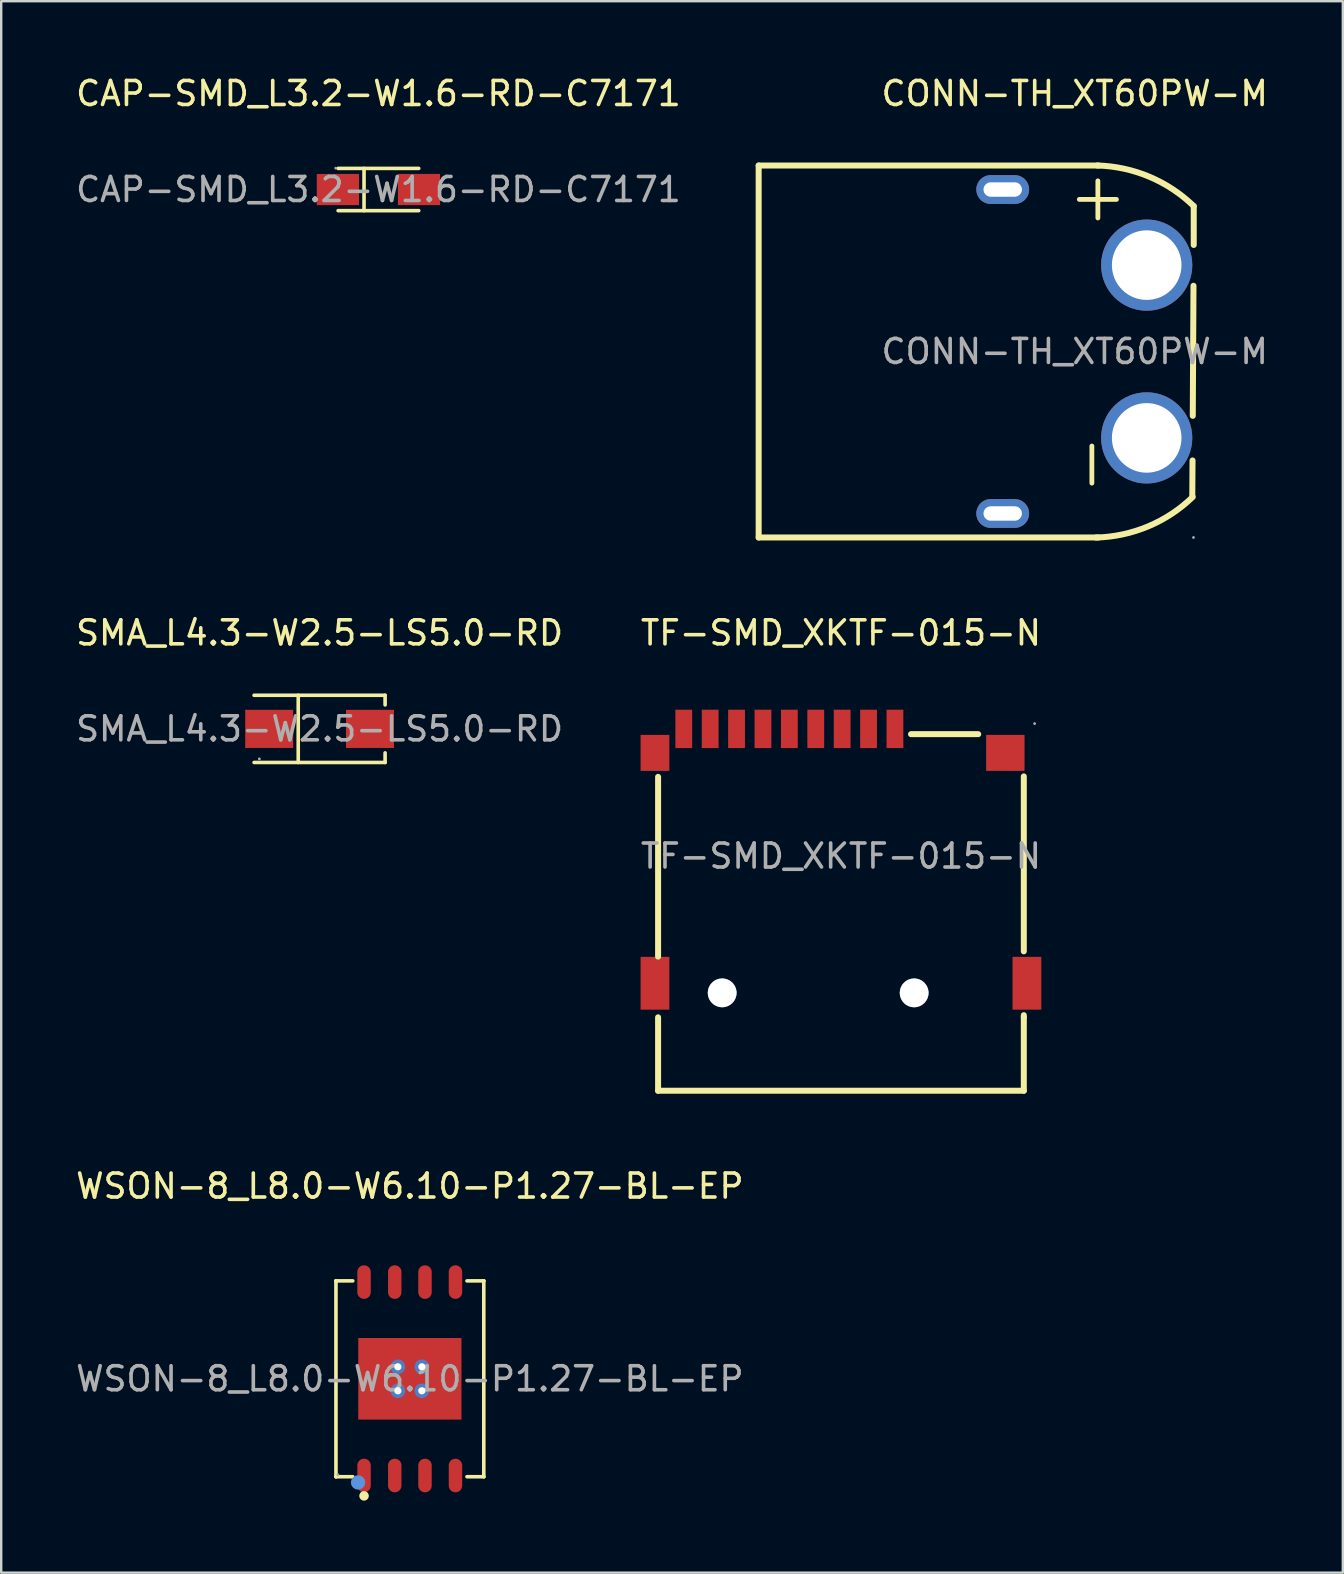
<source format=kicad_pcb>
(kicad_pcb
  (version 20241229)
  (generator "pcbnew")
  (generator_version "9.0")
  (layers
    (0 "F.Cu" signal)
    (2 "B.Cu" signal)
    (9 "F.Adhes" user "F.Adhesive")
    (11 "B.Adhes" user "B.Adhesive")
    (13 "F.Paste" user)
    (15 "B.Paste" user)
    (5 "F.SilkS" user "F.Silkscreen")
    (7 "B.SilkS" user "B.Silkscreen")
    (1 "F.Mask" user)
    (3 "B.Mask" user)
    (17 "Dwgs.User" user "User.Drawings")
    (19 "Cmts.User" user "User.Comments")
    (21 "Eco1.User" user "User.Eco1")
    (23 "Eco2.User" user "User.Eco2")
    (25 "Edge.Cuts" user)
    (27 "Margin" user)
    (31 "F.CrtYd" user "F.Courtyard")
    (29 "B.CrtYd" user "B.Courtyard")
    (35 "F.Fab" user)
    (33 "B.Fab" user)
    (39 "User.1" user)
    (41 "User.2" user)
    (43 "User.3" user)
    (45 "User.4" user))
  (footprint "TF-SMD_XKTF-015-N"
    (layer "F.Cu")
    (at 31.994 32.624)
    (property "Reference" "TF-SMD_XKTF-015-N" (at 0 -9.3 0) (layer "F.SilkS") (effects (font (size 1 1) (thickness 0.15))))
    (attr smd)
    (fp_line (start -7.62 -3.3) (end -7.62 4.19) (stroke (width 0.25) (type solid)) (layer "F.SilkS"))
    (fp_line (start -7.62 6.72) (end -7.62 9.78) (stroke (width 0.25) (type solid)) (layer "F.SilkS"))
    (fp_line (start -7.62 9.78) (end 7.62 9.78) (stroke (width 0.25) (type solid)) (layer "F.SilkS"))
    (fp_line (start 2.92 -5.08) (end 5.72 -5.08) (stroke (width 0.25) (type solid)) (layer "F.SilkS"))
    (fp_line (start 7.62 3.97) (end 7.62 -3.32) (stroke (width 0.25) (type solid)) (layer "F.SilkS"))
    (fp_line (start 7.62 6.72) (end 7.62 6.63) (stroke (width 0.25) (type solid)) (layer "F.SilkS"))
    (fp_line (start 7.62 9.78) (end 7.62 6.72) (stroke (width 0.25) (type solid)) (layer "F.SilkS"))
    (fp_circle (center -4.95 5.7) (end -4.75 5.7) (stroke (width 0.4) (type solid)) (fill no) (layer "Cmts.User"))
    (fp_circle (center 3.05 5.7) (end 3.25 5.7) (stroke (width 0.4) (type solid)) (fill no) (layer "Cmts.User"))
    (fp_circle (center 8.07 -5.52) (end 8.1 -5.52) (stroke (width 0.06) (type solid)) (fill no) (layer "F.Fab"))
    (fp_text user "${REFERENCE}" (at 0 0 0) (layer "F.Fab") (effects (font (size 1 1) (thickness 0.15))))
    (pad "" thru_hole circle (at -4.95 5.7) (size 1.2 1.2) (drill 1.2) (layers "*.Cu" "*.Mask"))
    (pad "" thru_hole circle (at 3.05 5.7) (size 1.2 1.2) (drill 1.2) (layers "*.Cu" "*.Mask"))
    (pad "1" smd rect (at 2.25 -5.3) (size 0.7 1.6) (layers "F.Cu" "F.Mask" "F.Paste"))
    (pad "2" smd rect (at 1.15 -5.3) (size 0.7 1.6) (layers "F.Cu" "F.Mask" "F.Paste"))
    (pad "3" smd rect (at 0.05 -5.3) (size 0.7 1.6) (layers "F.Cu" "F.Mask" "F.Paste"))
    (pad "4" smd rect (at -1.05 -5.3) (size 0.7 1.6) (layers "F.Cu" "F.Mask" "F.Paste"))
    (pad "5" smd rect (at -2.15 -5.3) (size 0.7 1.6) (layers "F.Cu" "F.Mask" "F.Paste"))
    (pad "6" smd rect (at -3.25 -5.3) (size 0.7 1.6) (layers "F.Cu" "F.Mask" "F.Paste"))
    (pad "7" smd rect (at -4.35 -5.3) (size 0.7 1.6) (layers "F.Cu" "F.Mask" "F.Paste"))
    (pad "8" smd rect (at -5.45 -5.3) (size 0.7 1.6) (layers "F.Cu" "F.Mask" "F.Paste"))
    (pad "9" smd rect (at -6.55 -5.3) (size 0.7 1.6) (layers "F.Cu" "F.Mask" "F.Paste"))
    (pad "10" smd rect (at -7.75 -4.3) (size 1.2 1.5) (layers "F.Cu" "F.Mask" "F.Paste"))
    (pad "11" smd rect (at -7.75 5.3) (size 1.2 2.2) (layers "F.Cu" "F.Mask" "F.Paste"))
    (pad "12" smd rect (at 6.85 -4.3) (size 1.6 1.5) (layers "F.Cu" "F.Mask" "F.Paste"))
    (pad "13" smd rect (at 7.75 5.3) (size 1.2 2.2) (layers "F.Cu" "F.Mask" "F.Paste")))
  (footprint "WSON-8_L8.0-W6.10-P1.27-BL-EP"
    (layer "F.Cu")
    (at 14.03 54.407)
    (property "Reference" "WSON-8_L8.0-W6.10-P1.27-BL-EP" (at 0 -8.03 0) (layer "F.SilkS") (effects (font (size 1 1) (thickness 0.15))))
    (attr smd)
    (fp_line (start -3.08 -4.08) (end -3.08 -4.08) (stroke (width 0.15) (type solid)) (layer "F.SilkS"))
    (fp_line (start -3.08 -4.08) (end -2.38 -4.08) (stroke (width 0.15) (type solid)) (layer "F.SilkS"))
    (fp_line (start -3.08 4.08) (end -3.08 -4.08) (stroke (width 0.15) (type solid)) (layer "F.SilkS"))
    (fp_line (start -3.08 4.08) (end -3.08 4.08) (stroke (width 0.15) (type solid)) (layer "F.SilkS"))
    (fp_line (start -2.38 4.08) (end -3.08 4.08) (stroke (width 0.15) (type solid)) (layer "F.SilkS"))
    (fp_line (start 2.38 4.08) (end 3.08 4.08) (stroke (width 0.15) (type solid)) (layer "F.SilkS"))
    (fp_line (start 3.08 -4.08) (end 2.38 -4.08) (stroke (width 0.15) (type solid)) (layer "F.SilkS"))
    (fp_line (start 3.08 -4.08) (end 3.08 -4.08) (stroke (width 0.15) (type solid)) (layer "F.SilkS"))
    (fp_line (start 3.08 4.08) (end 3.08 -4.08) (stroke (width 0.15) (type solid)) (layer "F.SilkS"))
    (fp_line (start 3.08 4.08) (end 3.08 4.08) (stroke (width 0.15) (type solid)) (layer "F.SilkS"))
    (fp_circle (center -1.91 4.88) (end -1.81 4.88) (stroke (width 0.2) (type solid)) (fill no) (layer "F.SilkS"))
    (fp_circle (center -2.16 4.32) (end -2.01 4.32) (stroke (width 0.3) (type solid)) (fill no) (layer "Cmts.User"))
    (fp_circle (center -3 4) (end -2.97 4) (stroke (width 0.06) (type solid)) (fill no) (layer "F.Fab"))
    (fp_text user "${REFERENCE}" (at 0 0 0) (layer "F.Fab") (effects (font (size 1 1) (thickness 0.15))))
    (pad "" thru_hole circle (at -0.5 -0.5) (size 0.61 0.61) (drill 0.3) (layers "*.Cu" "*.Paste" "*.Mask"))
    (pad "" thru_hole circle (at -0.5 0.5) (size 0.61 0.61) (drill 0.3) (layers "*.Cu" "*.Paste" "*.Mask"))
    (pad "" thru_hole circle (at 0.5 -0.5) (size 0.61 0.61) (drill 0.3) (layers "*.Cu" "*.Paste" "*.Mask"))
    (pad "" thru_hole circle (at 0.5 0.5) (size 0.61 0.61) (drill 0.3) (layers "*.Cu" "*.Paste" "*.Mask"))
    (pad "1" smd oval (at -1.91 4.03) (size 0.56 1.4) (layers "F.Cu" "F.Mask" "F.Paste"))
    (pad "2" smd oval (at -0.63 4.03) (size 0.56 1.4) (layers "F.Cu" "F.Mask" "F.Paste"))
    (pad "3" smd oval (at 0.63 4.03) (size 0.56 1.4) (layers "F.Cu" "F.Mask" "F.Paste"))
    (pad "4" smd oval (at 1.9 4.03) (size 0.56 1.4) (layers "F.Cu" "F.Mask" "F.Paste"))
    (pad "5" smd oval (at 1.9 -4.03) (size 0.56 1.4) (layers "F.Cu" "F.Mask" "F.Paste"))
    (pad "6" smd oval (at 0.63 -4.03) (size 0.56 1.4) (layers "F.Cu" "F.Mask" "F.Paste"))
    (pad "7" smd oval (at -0.63 -4.03) (size 0.56 1.4) (layers "F.Cu" "F.Mask" "F.Paste"))
    (pad "8" smd oval (at -1.91 -4.03) (size 0.56 1.4) (layers "F.Cu" "F.Mask" "F.Paste"))
    (pad "9" smd rect (at 0 0) (size 4.3 3.4) (layers "F.Cu" "F.Mask" "F.Paste")))
  (footprint "CAP-SMD_L3.2-W1.6-RD-C7171"
    (layer "F.Cu")
    (at 12.72 4.848)
    (property "Reference" "CAP-SMD_L3.2-W1.6-RD-C7171" (at 0 -4 0) (layer "F.SilkS") (effects (font (size 1 1) (thickness 0.15))))
    (attr smd)
    (fp_line (start -0.6 0.88) (end -0.6 -0.88) (stroke (width 0.15) (type solid)) (layer "F.SilkS"))
    (fp_line (start 1.68 -0.88) (end -1.68 -0.88) (stroke (width 0.15) (type solid)) (layer "F.SilkS"))
    (fp_line (start 1.68 0.88) (end -1.68 0.88) (stroke (width 0.15) (type solid)) (layer "F.SilkS"))
    (fp_circle (center -1.78 -0.89) (end -1.75 -0.89) (stroke (width 0.06) (type solid)) (fill no) (layer "F.Fab"))
    (fp_text user "${REFERENCE}" (at 0 0 0) (layer "F.Fab") (effects (font (size 1 1) (thickness 0.15))))
    (pad "1" smd rect (at -1.69 0 180) (size 1.76 1.3) (layers "F.Cu" "F.Mask" "F.Paste"))
    (pad "2" smd rect (at 1.69 0 180) (size 1.76 1.3) (layers "F.Cu" "F.Mask" "F.Paste")))
  (footprint "SMA_L4.3-W2.5-LS5.0-RD"
    (layer "F.Cu")
    (at 10.268 27.324)
    (property "Reference" "SMA_L4.3-W2.5-LS5.0-RD" (at 0 -4 0) (layer "F.SilkS") (effects (font (size 1 1) (thickness 0.15))))
    (attr smd)
    (fp_line (start -2.73 -1.4) (end 2.73 -1.4) (stroke (width 0.15) (type solid)) (layer "F.SilkS"))
    (fp_line (start -2.73 1.4) (end 2.73 1.4) (stroke (width 0.15) (type solid)) (layer "F.SilkS"))
    (fp_line (start -0.89 -1.4) (end -0.89 1.4) (stroke (width 0.15) (type solid)) (layer "F.SilkS"))
    (fp_line (start 2.73 -1.4) (end 2.73 -1) (stroke (width 0.15) (type solid)) (layer "F.SilkS"))
    (fp_line (start 2.73 1.4) (end 2.73 1) (stroke (width 0.15) (type solid)) (layer "F.SilkS"))
    (fp_circle (center -2.51 1.25) (end -2.48 1.25) (stroke (width 0.06) (type solid)) (fill no) (layer "F.Fab"))
    (fp_text user "${REFERENCE}" (at 0 0 0) (layer "F.Fab") (effects (font (size 1 1) (thickness 0.15))))
    (pad "1" smd rect (at -2.1 0 180) (size 2 1.59) (layers "F.Cu" "F.Mask" "F.Paste"))
    (pad "2" smd rect (at 2.1 0 180) (size 2 1.59) (layers "F.Cu" "F.Mask" "F.Paste")))
  (footprint "CONN-TH_XT60PW-M"
    (layer "F.Cu")
    (at 41.735 11.598)
    (property "Reference" "CONN-TH_XT60PW-M" (at 0 -10.75 0) (layer "F.SilkS") (effects (font (size 1 1) (thickness 0.15))))
    (attr through_hole)
    (fp_line (start -13.17 -7.75) (end 1 -7.75) (stroke (width 0.25) (type solid)) (layer "F.SilkS"))
    (fp_line (start -13.17 7.75) (end -13.17 -7.75) (stroke (width 0.25) (type solid)) (layer "F.SilkS"))
    (fp_line (start -13.17 7.75) (end 1 7.75) (stroke (width 0.25) (type solid)) (layer "F.SilkS"))
    (fp_line (start 4.91 4.54) (end 4.9 5.99) (stroke (width 0.25) (type solid)) (layer "F.SilkS"))
    (fp_line (start 4.95 -2.74) (end 4.92 2.68) (stroke (width 0.25) (type solid)) (layer "F.SilkS"))
    (fp_line (start 4.96 -6.06) (end 4.96 -4.44) (stroke (width 0.25) (type solid)) (layer "F.SilkS"))
    (fp_arc (start 0.937455 -7.751975) (mid 3.10789 -7.284385) (end 4.96 -6.06) (stroke (width 0.25) (type solid)) (layer "F.SilkS"))
    (fp_arc (start 4.92 6.06) (mid 3.063543 7.286212) (end 0.888027 7.752215) (stroke (width 0.25) (type solid)) (layer "F.SilkS"))
    (fp_circle (center 3 -3.6) (end 3.5 -3.6) (stroke (width 1) (type solid)) (fill no) (layer "F.Fab"))
    (fp_circle (center 3 3.6) (end 3.5 3.6) (stroke (width 1) (type solid)) (fill no) (layer "F.Fab"))
    (fp_circle (center 4.95 7.75) (end 4.98 7.75) (stroke (width 0.06) (type solid)) (fill no) (layer "F.Fab"))
    (fp_text user "-" (at 0.56 6.1 90) (layer "F.SilkS") (effects (font (size 2.03 2.03) (thickness 0.2)) (justify left)))
    (fp_text user "+" (at 0.81 -4.95 90) (layer "F.SilkS") (effects (font (size 2.03 2.03) (thickness 0.2)) (justify left)))
    (fp_text user "${REFERENCE}" (at 0 0 0) (layer "F.Fab") (effects (font (size 1 1) (thickness 0.15))))
    (pad "1" thru_hole circle (at 3 3.6 90) (size 3.8 3.8) (drill 2.9) (layers "*.Cu" "*.Mask"))
    (pad "2" thru_hole circle (at 3 -3.6 90) (size 3.8 3.8) (drill 2.9) (layers "*.Cu" "*.Mask"))
    (pad "3" thru_hole oval (at -3 -6.75 90) (size 1.2 2.2) (drill oval 0.6 1.6) (layers "*.Cu" "*.Mask"))
    (pad "4" thru_hole oval (at -3 6.75 90) (size 1.2 2.2) (drill oval 0.6 1.6) (layers "*.Cu" "*.Mask")))
  (gr_rect
    (start -3 -3)
    (end 52.908 62.487)
    (stroke (width 0.1) (type default))
    (fill no)
    (layer "Edge.Cuts")))
</source>
